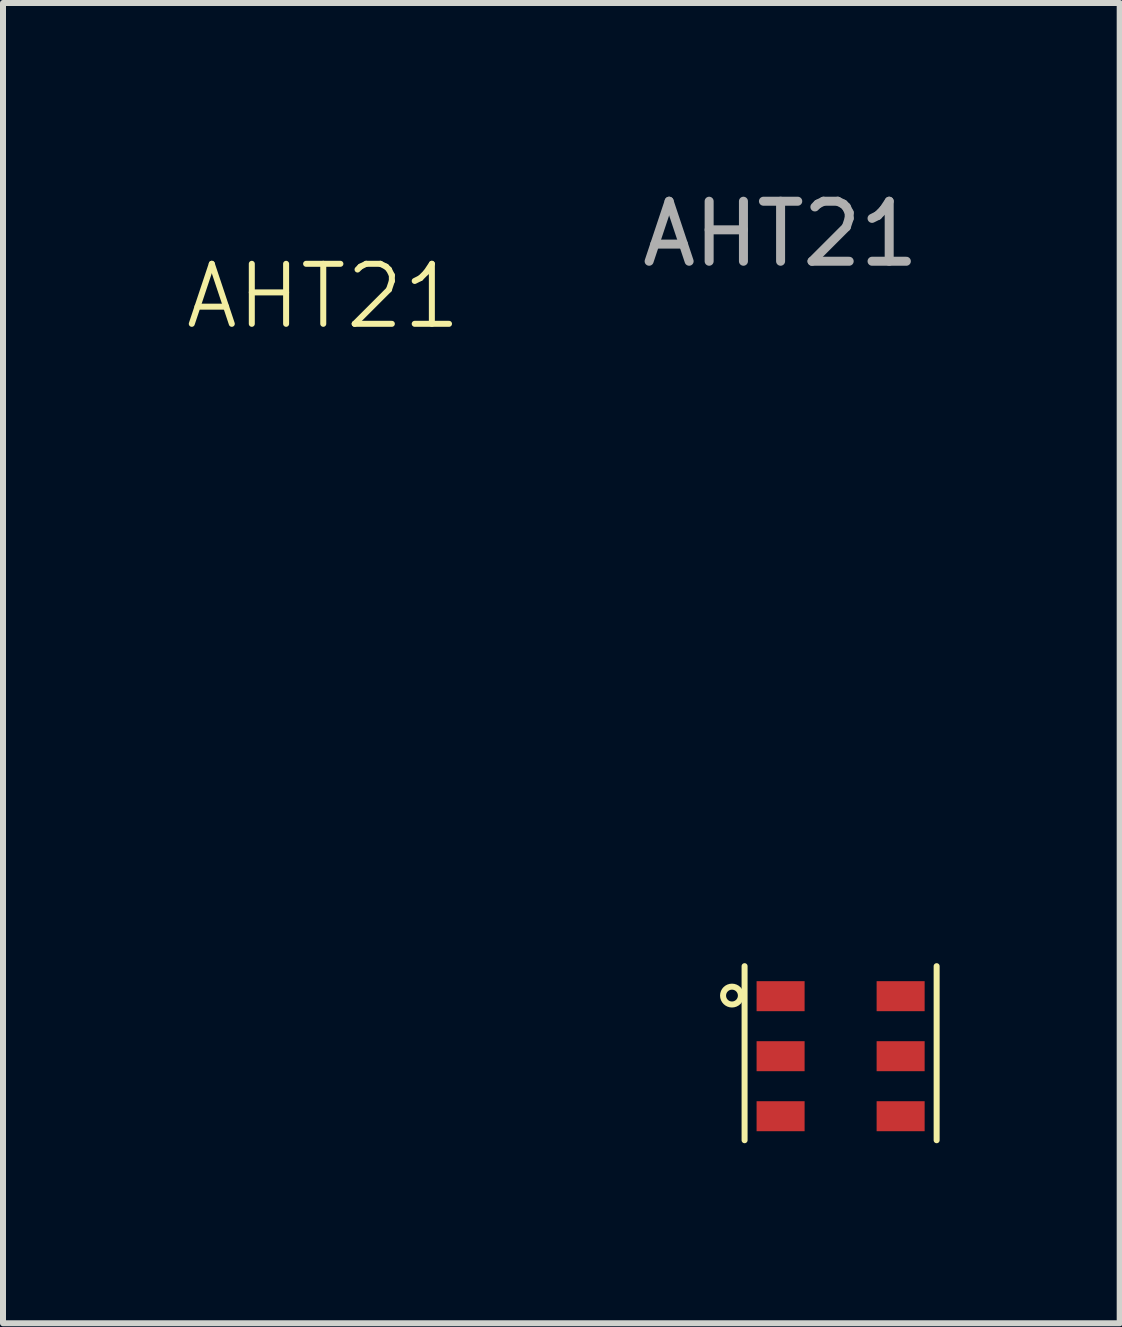
<source format=kicad_pcb>
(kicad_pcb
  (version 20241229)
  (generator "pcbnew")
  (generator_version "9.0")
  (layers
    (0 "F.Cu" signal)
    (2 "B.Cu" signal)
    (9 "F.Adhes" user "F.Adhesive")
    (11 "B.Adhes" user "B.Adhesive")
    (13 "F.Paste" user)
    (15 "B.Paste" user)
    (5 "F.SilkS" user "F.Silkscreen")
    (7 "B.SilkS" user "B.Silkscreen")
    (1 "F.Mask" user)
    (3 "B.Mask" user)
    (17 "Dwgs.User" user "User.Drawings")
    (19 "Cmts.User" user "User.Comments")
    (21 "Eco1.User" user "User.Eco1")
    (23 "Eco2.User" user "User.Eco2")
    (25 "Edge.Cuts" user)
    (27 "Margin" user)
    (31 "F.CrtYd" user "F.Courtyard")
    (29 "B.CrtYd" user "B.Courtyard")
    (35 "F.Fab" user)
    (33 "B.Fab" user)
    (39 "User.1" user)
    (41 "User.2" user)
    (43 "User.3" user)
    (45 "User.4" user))
  (footprint "AHT21"
    (layer "F.Cu")
    (at 9.956 13.548)
    (property "Reference" "AHT21" (at -7.62 -11.66 0) (unlocked yes) (layer "F.SilkS") (effects (font (size 1 1) (thickness 0.1))))
    (attr smd)
    (fp_line (start -0.6 -0.5) (end -0.6 2.4) (stroke (width 0.1) (type default)) (layer "F.SilkS"))
    (fp_line (start 2.6 -0.5) (end 2.6 2.4) (stroke (width 0.1) (type default)) (layer "F.SilkS"))
    (fp_circle (center -0.81 -0.01) (end -0.7 0.09) (stroke (width 0.1) (type default)) (fill no) (layer "F.SilkS"))
    (fp_text user "${REFERENCE}" (at 0 -12.7 0) (unlocked yes) (layer "F.Fab") (effects (font (size 1 1) (thickness 0.15))))
    (pad "1" smd rect (at 0 0) (size 0.8 0.5) (layers "F.Cu" "F.Mask" "F.Paste"))
    (pad "2" smd rect (at 0 1) (size 0.8 0.5) (layers "F.Cu" "F.Mask" "F.Paste"))
    (pad "3" smd rect (at 0 2) (size 0.8 0.5) (layers "F.Cu" "F.Mask" "F.Paste"))
    (pad "4" smd rect (at 2 2) (size 0.8 0.5) (layers "F.Cu" "F.Mask" "F.Paste"))
    (pad "5" smd rect (at 2 1) (size 0.8 0.5) (layers "F.Cu" "F.Mask" "F.Paste"))
    (pad "6" smd rect (at 2 0) (size 0.8 0.5) (layers "F.Cu" "F.Mask" "F.Paste")))
  (gr_rect
    (start -3 -3)
    (end 15.606 18.998)
    (stroke (width 0.1) (type default))
    (fill no)
    (layer "Edge.Cuts")))
</source>
